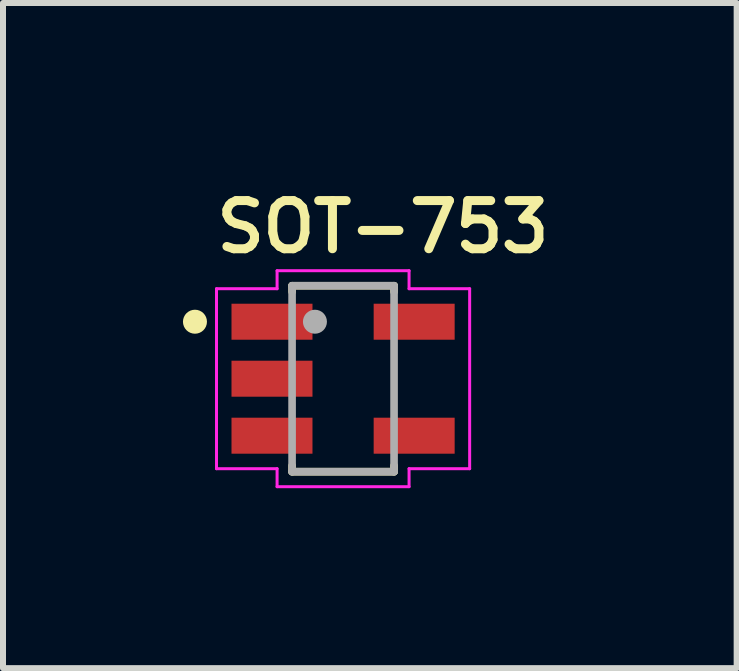
<source format=kicad_pcb>
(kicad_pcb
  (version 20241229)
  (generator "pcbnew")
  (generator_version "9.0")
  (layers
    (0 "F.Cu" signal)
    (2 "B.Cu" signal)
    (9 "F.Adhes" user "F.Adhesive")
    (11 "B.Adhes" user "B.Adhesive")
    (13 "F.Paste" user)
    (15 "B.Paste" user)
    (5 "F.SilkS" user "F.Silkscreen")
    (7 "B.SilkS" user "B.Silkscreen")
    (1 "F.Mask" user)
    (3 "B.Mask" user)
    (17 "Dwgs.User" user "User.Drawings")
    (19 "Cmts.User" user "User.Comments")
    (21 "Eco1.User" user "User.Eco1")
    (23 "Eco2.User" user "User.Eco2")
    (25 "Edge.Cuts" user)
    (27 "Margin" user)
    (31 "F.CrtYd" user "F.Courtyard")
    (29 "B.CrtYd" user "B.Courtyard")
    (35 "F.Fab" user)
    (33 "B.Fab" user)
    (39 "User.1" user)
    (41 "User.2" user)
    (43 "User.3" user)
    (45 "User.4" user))
  (footprint "SOT-753"
    (layer "F.Cu")
    (at 2.669 3.263)
    (property "Reference" "SOT-753" (at 0.664 -2.53 0) (layer "F.SilkS") (effects (font (size 0.803 0.803) (thickness 0.15))))
    (attr through_hole)
    (fp_line (start -0.85 -1.55) (end -0.85 -1.45) (stroke (width 0.127) (type solid)) (layer "F.SilkS"))
    (fp_line (start -0.85 1.55) (end -0.85 1.45) (stroke (width 0.127) (type solid)) (layer "F.SilkS"))
    (fp_line (start 0.85 -1.55) (end -0.85 -1.55) (stroke (width 0.127) (type solid)) (layer "F.SilkS"))
    (fp_line (start 0.85 -1.55) (end 0.85 -1.45) (stroke (width 0.127) (type solid)) (layer "F.SilkS"))
    (fp_line (start 0.85 1.55) (end -0.85 1.55) (stroke (width 0.127) (type solid)) (layer "F.SilkS"))
    (fp_line (start 0.85 1.55) (end 0.85 1.45) (stroke (width 0.127) (type solid)) (layer "F.SilkS"))
    (fp_circle (center -2.469 -0.95) (end -2.369 -0.95) (stroke (width 0.2) (type solid)) (fill no) (layer "F.SilkS"))
    (fp_line (start -2.11 -1.5) (end -2.11 1.5) (stroke (width 0.05) (type solid)) (layer "F.CrtYd"))
    (fp_line (start -2.11 1.5) (end -1.1 1.5) (stroke (width 0.05) (type solid)) (layer "F.CrtYd"))
    (fp_line (start -1.1 -1.8) (end -1.1 -1.5) (stroke (width 0.05) (type solid)) (layer "F.CrtYd"))
    (fp_line (start -1.1 -1.5) (end -2.11 -1.5) (stroke (width 0.05) (type solid)) (layer "F.CrtYd"))
    (fp_line (start -1.1 1.5) (end -1.1 1.8) (stroke (width 0.05) (type solid)) (layer "F.CrtYd"))
    (fp_line (start -1.1 1.8) (end 1.1 1.8) (stroke (width 0.05) (type solid)) (layer "F.CrtYd"))
    (fp_line (start 1.1 -1.8) (end -1.1 -1.8) (stroke (width 0.05) (type solid)) (layer "F.CrtYd"))
    (fp_line (start 1.1 -1.5) (end 1.1 -1.8) (stroke (width 0.05) (type solid)) (layer "F.CrtYd"))
    (fp_line (start 1.1 1.5) (end 2.11 1.5) (stroke (width 0.05) (type solid)) (layer "F.CrtYd"))
    (fp_line (start 1.1 1.8) (end 1.1 1.5) (stroke (width 0.05) (type solid)) (layer "F.CrtYd"))
    (fp_line (start 2.11 -1.5) (end 1.1 -1.5) (stroke (width 0.05) (type solid)) (layer "F.CrtYd"))
    (fp_line (start 2.11 1.5) (end 2.11 -1.5) (stroke (width 0.05) (type solid)) (layer "F.CrtYd"))
    (fp_line (start -0.85 -1.55) (end 0.85 -1.55) (stroke (width 0.127) (type solid)) (layer "F.Fab"))
    (fp_line (start -0.85 1.55) (end -0.85 -1.55) (stroke (width 0.127) (type solid)) (layer "F.Fab"))
    (fp_line (start 0.85 -1.55) (end 0.85 1.55) (stroke (width 0.127) (type solid)) (layer "F.Fab"))
    (fp_line (start 0.85 1.55) (end -0.85 1.55) (stroke (width 0.127) (type solid)) (layer "F.Fab"))
    (fp_circle (center -0.469 -0.95) (end -0.369 -0.95) (stroke (width 0.2) (type solid)) (fill no) (layer "F.Fab"))
    (pad "1" smd rect (at -1.185 -0.95) (size 1.35 0.6) (layers "F.Cu" "F.Mask" "F.Paste"))
    (pad "2" smd rect (at -1.185 0) (size 1.35 0.6) (layers "F.Cu" "F.Mask" "F.Paste"))
    (pad "3" smd rect (at -1.185 0.95) (size 1.35 0.6) (layers "F.Cu" "F.Mask" "F.Paste"))
    (pad "4" smd rect (at 1.185 0.95) (size 1.35 0.6) (layers "F.Cu" "F.Mask" "F.Paste"))
    (pad "5" smd rect (at 1.185 -0.95) (size 1.35 0.6) (layers "F.Cu" "F.Mask" "F.Paste")))
  (gr_rect
    (start -3 -3)
    (end 9.23 8.088)
    (stroke (width 0.1) (type default))
    (fill no)
    (layer "Edge.Cuts")))
</source>
